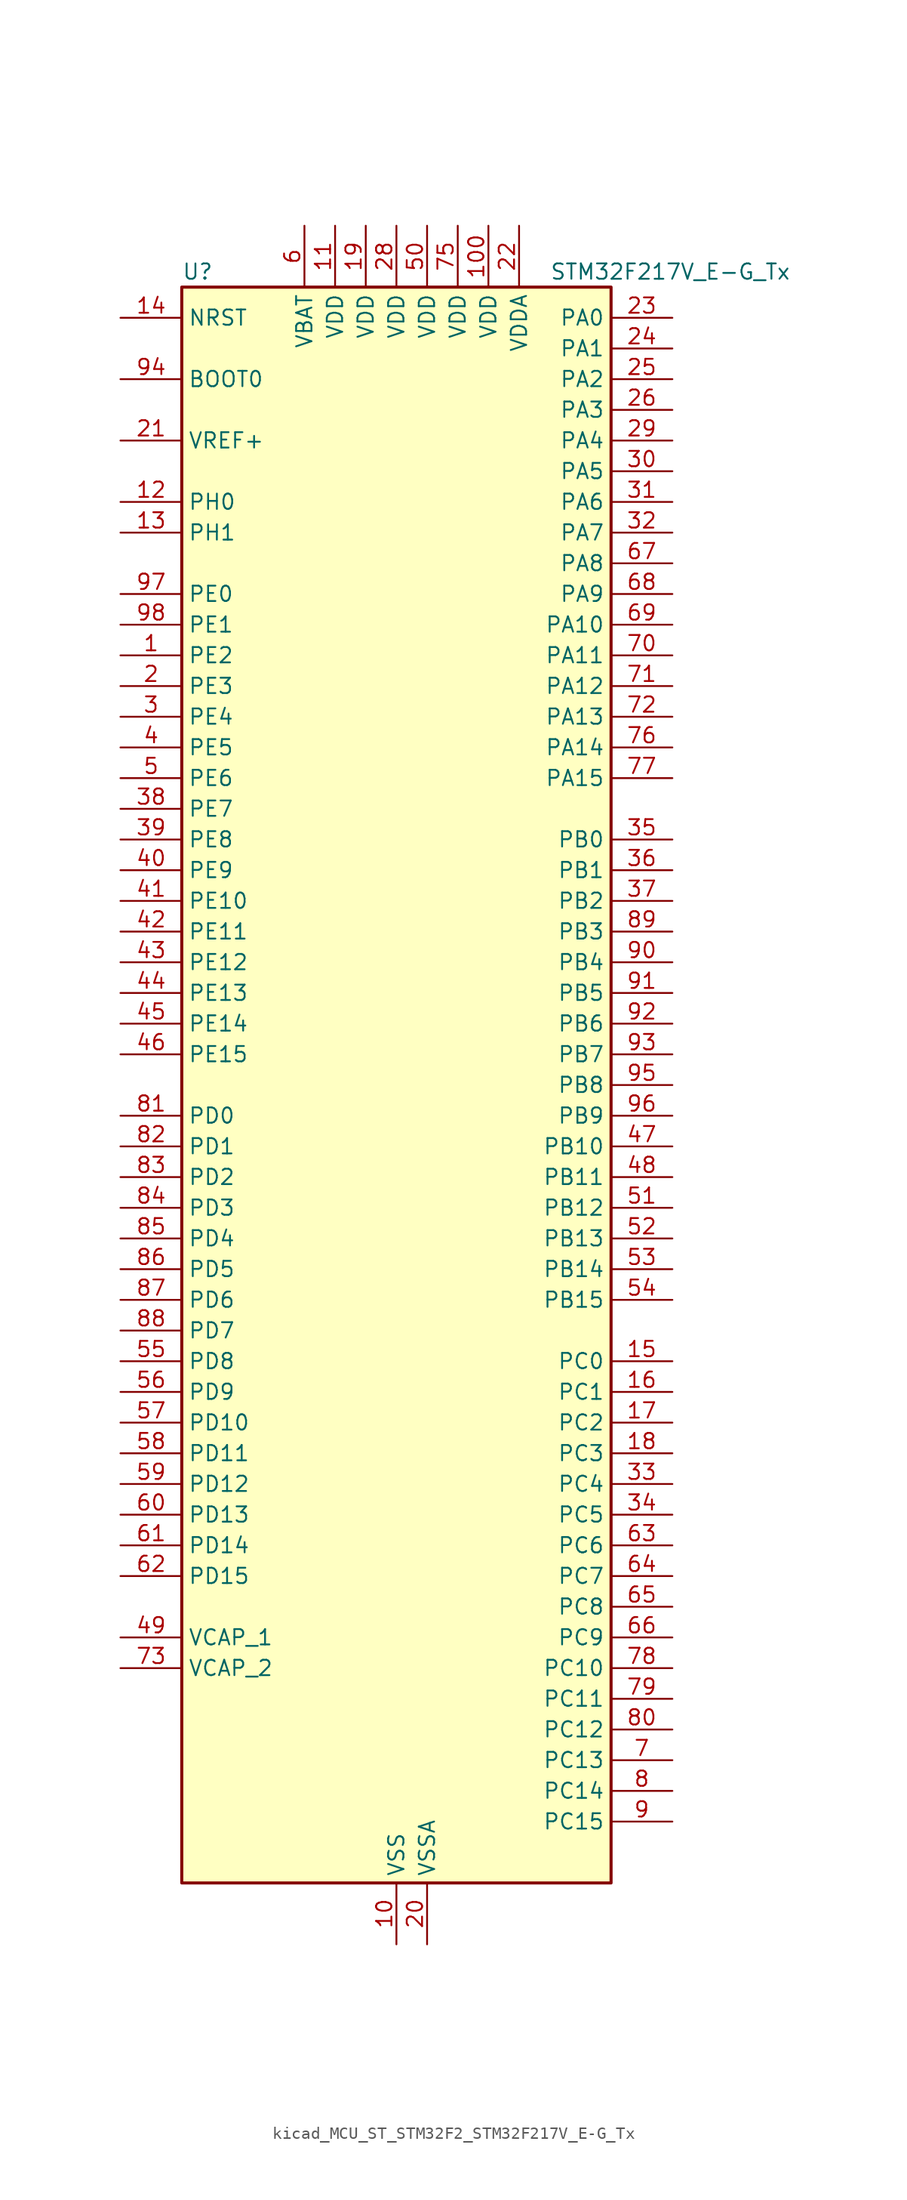
<source format=kicad_sym>
(kicad_symbol_lib
  (version 20220914)
  (generator kicad_symbol_editor)
  (symbol "kicad_MCU_ST_STM32F2_STM32F217V_E-G_Tx"
    (property "Reference" "U"
      (at -17.78 67.31 0)
      (effects (font (size 1.27 1.27)) (justify left)))
    (property "Value" "STM32F217V_E-G_Tx"
      (at 12.7 67.31 0)
      (effects (font (size 1.27 1.27)) (justify left)))
    (property "ki_locked" ""
      (at 0 0 0)
      (effects (font (size 1.27 1.27))))
    (symbol "kicad_MCU_ST_STM32F2_STM32F217V_E-G_Tx_0_1"
      (rectangle (start -17.78 -66.04) (end 17.78 66.04) (stroke (width 0.254) (type default)) (fill (type background))))
    (symbol "kicad_MCU_ST_STM32F2_STM32F217V_E-G_Tx_1_1"
      (pin bidirectional line (at -22.86 35.56 0) (length 5.08) (name "PE2" (effects (font (size 1.27 1.27)))) (number "1" (effects (font (size 1.27 1.27)))) (alternate "ETH_TXD3" bidirectional line) (alternate "FSMC_A23" bidirectional line) (alternate "SYS_TRACECLK" bidirectional line))
      (pin power_in line (at 0 -71.12 90) (length 5.08) (name "VSS" (effects (font (size 1.27 1.27)))) (number "10" (effects (font (size 1.27 1.27)))))
      (pin power_in line (at 7.62 71.12 270) (length 5.08) (name "VDD" (effects (font (size 1.27 1.27)))) (number "100" (effects (font (size 1.27 1.27)))))
      (pin power_in line (at -5.08 71.12 270) (length 5.08) (name "VDD" (effects (font (size 1.27 1.27)))) (number "11" (effects (font (size 1.27 1.27)))))
      (pin bidirectional line (at -22.86 48.26 0) (length 5.08) (name "PH0" (effects (font (size 1.27 1.27)))) (number "12" (effects (font (size 1.27 1.27)))) (alternate "RCC_OSC_IN" bidirectional line))
      (pin bidirectional line (at -22.86 45.72 0) (length 5.08) (name "PH1" (effects (font (size 1.27 1.27)))) (number "13" (effects (font (size 1.27 1.27)))) (alternate "RCC_OSC_OUT" bidirectional line))
      (pin input line (at -22.86 63.5 0) (length 5.08) (name "NRST" (effects (font (size 1.27 1.27)))) (number "14" (effects (font (size 1.27 1.27)))))
      (pin bidirectional line (at 22.86 -22.86 180) (length 5.08) (name "PC0" (effects (font (size 1.27 1.27)))) (number "15" (effects (font (size 1.27 1.27)))) (alternate "ADC1_IN10" bidirectional line) (alternate "ADC2_IN10" bidirectional line) (alternate "ADC3_IN10" bidirectional line) (alternate "USB_OTG_HS_ULPI_STP" bidirectional line))
      (pin bidirectional line (at 22.86 -25.4 180) (length 5.08) (name "PC1" (effects (font (size 1.27 1.27)))) (number "16" (effects (font (size 1.27 1.27)))) (alternate "ADC1_IN11" bidirectional line) (alternate "ADC2_IN11" bidirectional line) (alternate "ADC3_IN11" bidirectional line) (alternate "ETH_MDC" bidirectional line))
      (pin bidirectional line (at 22.86 -27.94 180) (length 5.08) (name "PC2" (effects (font (size 1.27 1.27)))) (number "17" (effects (font (size 1.27 1.27)))) (alternate "ADC1_IN12" bidirectional line) (alternate "ADC2_IN12" bidirectional line) (alternate "ADC3_IN12" bidirectional line) (alternate "ETH_TXD2" bidirectional line) (alternate "SPI2_MISO" bidirectional line) (alternate "USB_OTG_HS_ULPI_DIR" bidirectional line))
      (pin bidirectional line (at 22.86 -30.48 180) (length 5.08) (name "PC3" (effects (font (size 1.27 1.27)))) (number "18" (effects (font (size 1.27 1.27)))) (alternate "ADC1_IN13" bidirectional line) (alternate "ADC2_IN13" bidirectional line) (alternate "ADC3_IN13" bidirectional line) (alternate "ETH_TX_CLK" bidirectional line) (alternate "I2S2_SD" bidirectional line) (alternate "SPI2_MOSI" bidirectional line) (alternate "USB_OTG_HS_ULPI_NXT" bidirectional line))
      (pin power_in line (at -2.54 71.12 270) (length 5.08) (name "VDD" (effects (font (size 1.27 1.27)))) (number "19" (effects (font (size 1.27 1.27)))))
      (pin bidirectional line (at -22.86 33.02 0) (length 5.08) (name "PE3" (effects (font (size 1.27 1.27)))) (number "2" (effects (font (size 1.27 1.27)))) (alternate "FSMC_A19" bidirectional line) (alternate "SYS_TRACED0" bidirectional line))
      (pin power_in line (at 2.54 -71.12 90) (length 5.08) (name "VSSA" (effects (font (size 1.27 1.27)))) (number "20" (effects (font (size 1.27 1.27)))))
      (pin input line (at -22.86 53.34 0) (length 5.08) (name "VREF+" (effects (font (size 1.27 1.27)))) (number "21" (effects (font (size 1.27 1.27)))))
      (pin power_in line (at 10.16 71.12 270) (length 5.08) (name "VDDA" (effects (font (size 1.27 1.27)))) (number "22" (effects (font (size 1.27 1.27)))))
      (pin bidirectional line (at 22.86 63.5 180) (length 5.08) (name "PA0" (effects (font (size 1.27 1.27)))) (number "23" (effects (font (size 1.27 1.27)))) (alternate "ADC1_IN0" bidirectional line) (alternate "ADC2_IN0" bidirectional line) (alternate "ADC3_IN0" bidirectional line) (alternate "ETH_CRS" bidirectional line) (alternate "SYS_WKUP" bidirectional line) (alternate "TIM2_CH1" bidirectional line) (alternate "TIM2_ETR" bidirectional line) (alternate "TIM5_CH1" bidirectional line) (alternate "TIM8_ETR" bidirectional line) (alternate "UART4_TX" bidirectional line) (alternate "USART2_CTS" bidirectional line))
      (pin bidirectional line (at 22.86 60.96 180) (length 5.08) (name "PA1" (effects (font (size 1.27 1.27)))) (number "24" (effects (font (size 1.27 1.27)))) (alternate "ADC1_IN1" bidirectional line) (alternate "ADC2_IN1" bidirectional line) (alternate "ADC3_IN1" bidirectional line) (alternate "ETH_REF_CLK" bidirectional line) (alternate "ETH_RX_CLK" bidirectional line) (alternate "TIM2_CH2" bidirectional line) (alternate "TIM5_CH2" bidirectional line) (alternate "UART4_RX" bidirectional line) (alternate "USART2_RTS" bidirectional line))
      (pin bidirectional line (at 22.86 58.42 180) (length 5.08) (name "PA2" (effects (font (size 1.27 1.27)))) (number "25" (effects (font (size 1.27 1.27)))) (alternate "ADC1_IN2" bidirectional line) (alternate "ADC2_IN2" bidirectional line) (alternate "ADC3_IN2" bidirectional line) (alternate "ETH_MDIO" bidirectional line) (alternate "TIM2_CH3" bidirectional line) (alternate "TIM5_CH3" bidirectional line) (alternate "TIM9_CH1" bidirectional line) (alternate "USART2_TX" bidirectional line))
      (pin bidirectional line (at 22.86 55.88 180) (length 5.08) (name "PA3" (effects (font (size 1.27 1.27)))) (number "26" (effects (font (size 1.27 1.27)))) (alternate "ADC1_IN3" bidirectional line) (alternate "ADC2_IN3" bidirectional line) (alternate "ADC3_IN3" bidirectional line) (alternate "ETH_COL" bidirectional line) (alternate "TIM2_CH4" bidirectional line) (alternate "TIM5_CH4" bidirectional line) (alternate "TIM9_CH2" bidirectional line) (alternate "USART2_RX" bidirectional line) (alternate "USB_OTG_HS_ULPI_D0" bidirectional line))
      (pin passive line (at 0 -71.12 90) (length 5.08) hide (name "VSS" (effects (font (size 1.27 1.27)))) (number "27" (effects (font (size 1.27 1.27)))))
      (pin power_in line (at 0 71.12 270) (length 5.08) (name "VDD" (effects (font (size 1.27 1.27)))) (number "28" (effects (font (size 1.27 1.27)))))
      (pin bidirectional line (at 22.86 53.34 180) (length 5.08) (name "PA4" (effects (font (size 1.27 1.27)))) (number "29" (effects (font (size 1.27 1.27)))) (alternate "ADC1_IN4" bidirectional line) (alternate "ADC2_IN4" bidirectional line) (alternate "DAC_OUT1" bidirectional line) (alternate "DCMI_HSYNC" bidirectional line) (alternate "I2S3_WS" bidirectional line) (alternate "SPI1_NSS" bidirectional line) (alternate "SPI3_NSS" bidirectional line) (alternate "USART2_CK" bidirectional line) (alternate "USB_OTG_HS_SOF" bidirectional line))
      (pin bidirectional line (at -22.86 30.48 0) (length 5.08) (name "PE4" (effects (font (size 1.27 1.27)))) (number "3" (effects (font (size 1.27 1.27)))) (alternate "DCMI_D4" bidirectional line) (alternate "FSMC_A20" bidirectional line) (alternate "SYS_TRACED1" bidirectional line))
      (pin bidirectional line (at 22.86 50.8 180) (length 5.08) (name "PA5" (effects (font (size 1.27 1.27)))) (number "30" (effects (font (size 1.27 1.27)))) (alternate "ADC1_IN5" bidirectional line) (alternate "ADC2_IN5" bidirectional line) (alternate "DAC_OUT2" bidirectional line) (alternate "SPI1_SCK" bidirectional line) (alternate "TIM2_CH1" bidirectional line) (alternate "TIM2_ETR" bidirectional line) (alternate "TIM8_CH1N" bidirectional line) (alternate "USB_OTG_HS_ULPI_CK" bidirectional line))
      (pin bidirectional line (at 22.86 48.26 180) (length 5.08) (name "PA6" (effects (font (size 1.27 1.27)))) (number "31" (effects (font (size 1.27 1.27)))) (alternate "ADC1_IN6" bidirectional line) (alternate "ADC2_IN6" bidirectional line) (alternate "DCMI_PIXCLK" bidirectional line) (alternate "SPI1_MISO" bidirectional line) (alternate "TIM13_CH1" bidirectional line) (alternate "TIM1_BKIN" bidirectional line) (alternate "TIM3_CH1" bidirectional line) (alternate "TIM8_BKIN" bidirectional line))
      (pin bidirectional line (at 22.86 45.72 180) (length 5.08) (name "PA7" (effects (font (size 1.27 1.27)))) (number "32" (effects (font (size 1.27 1.27)))) (alternate "ADC1_IN7" bidirectional line) (alternate "ADC2_IN7" bidirectional line) (alternate "ETH_CRS_DV" bidirectional line) (alternate "ETH_RX_DV" bidirectional line) (alternate "SPI1_MOSI" bidirectional line) (alternate "TIM14_CH1" bidirectional line) (alternate "TIM1_CH1N" bidirectional line) (alternate "TIM3_CH2" bidirectional line) (alternate "TIM8_CH1N" bidirectional line))
      (pin bidirectional line (at 22.86 -33.02 180) (length 5.08) (name "PC4" (effects (font (size 1.27 1.27)))) (number "33" (effects (font (size 1.27 1.27)))) (alternate "ADC1_IN14" bidirectional line) (alternate "ADC2_IN14" bidirectional line) (alternate "ETH_RXD0" bidirectional line))
      (pin bidirectional line (at 22.86 -35.56 180) (length 5.08) (name "PC5" (effects (font (size 1.27 1.27)))) (number "34" (effects (font (size 1.27 1.27)))) (alternate "ADC1_IN15" bidirectional line) (alternate "ADC2_IN15" bidirectional line) (alternate "ETH_RXD1" bidirectional line))
      (pin bidirectional line (at 22.86 20.32 180) (length 5.08) (name "PB0" (effects (font (size 1.27 1.27)))) (number "35" (effects (font (size 1.27 1.27)))) (alternate "ADC1_IN8" bidirectional line) (alternate "ADC2_IN8" bidirectional line) (alternate "ETH_RXD2" bidirectional line) (alternate "TIM1_CH2N" bidirectional line) (alternate "TIM3_CH3" bidirectional line) (alternate "TIM8_CH2N" bidirectional line) (alternate "USB_OTG_HS_ULPI_D1" bidirectional line))
      (pin bidirectional line (at 22.86 17.78 180) (length 5.08) (name "PB1" (effects (font (size 1.27 1.27)))) (number "36" (effects (font (size 1.27 1.27)))) (alternate "ADC1_IN9" bidirectional line) (alternate "ADC2_IN9" bidirectional line) (alternate "ETH_RXD3" bidirectional line) (alternate "TIM1_CH3N" bidirectional line) (alternate "TIM3_CH4" bidirectional line) (alternate "TIM8_CH3N" bidirectional line) (alternate "USB_OTG_HS_ULPI_D2" bidirectional line))
      (pin bidirectional line (at 22.86 15.24 180) (length 5.08) (name "PB2" (effects (font (size 1.27 1.27)))) (number "37" (effects (font (size 1.27 1.27)))))
      (pin bidirectional line (at -22.86 22.86 0) (length 5.08) (name "PE7" (effects (font (size 1.27 1.27)))) (number "38" (effects (font (size 1.27 1.27)))) (alternate "FSMC_D4" bidirectional line) (alternate "FSMC_DA4" bidirectional line) (alternate "TIM1_ETR" bidirectional line))
      (pin bidirectional line (at -22.86 20.32 0) (length 5.08) (name "PE8" (effects (font (size 1.27 1.27)))) (number "39" (effects (font (size 1.27 1.27)))) (alternate "FSMC_D5" bidirectional line) (alternate "FSMC_DA5" bidirectional line) (alternate "TIM1_CH1N" bidirectional line))
      (pin bidirectional line (at -22.86 27.94 0) (length 5.08) (name "PE5" (effects (font (size 1.27 1.27)))) (number "4" (effects (font (size 1.27 1.27)))) (alternate "DCMI_D6" bidirectional line) (alternate "FSMC_A21" bidirectional line) (alternate "SYS_TRACED2" bidirectional line) (alternate "TIM9_CH1" bidirectional line))
      (pin bidirectional line (at -22.86 17.78 0) (length 5.08) (name "PE9" (effects (font (size 1.27 1.27)))) (number "40" (effects (font (size 1.27 1.27)))) (alternate "DAC_EXTI9" bidirectional line) (alternate "FSMC_D6" bidirectional line) (alternate "FSMC_DA6" bidirectional line) (alternate "TIM1_CH1" bidirectional line))
      (pin bidirectional line (at -22.86 15.24 0) (length 5.08) (name "PE10" (effects (font (size 1.27 1.27)))) (number "41" (effects (font (size 1.27 1.27)))) (alternate "FSMC_D7" bidirectional line) (alternate "FSMC_DA7" bidirectional line) (alternate "TIM1_CH2N" bidirectional line))
      (pin bidirectional line (at -22.86 12.7 0) (length 5.08) (name "PE11" (effects (font (size 1.27 1.27)))) (number "42" (effects (font (size 1.27 1.27)))) (alternate "ADC1_EXTI11" bidirectional line) (alternate "ADC2_EXTI11" bidirectional line) (alternate "ADC3_EXTI11" bidirectional line) (alternate "FSMC_D8" bidirectional line) (alternate "FSMC_DA8" bidirectional line) (alternate "TIM1_CH2" bidirectional line))
      (pin bidirectional line (at -22.86 10.16 0) (length 5.08) (name "PE12" (effects (font (size 1.27 1.27)))) (number "43" (effects (font (size 1.27 1.27)))) (alternate "FSMC_D9" bidirectional line) (alternate "FSMC_DA9" bidirectional line) (alternate "TIM1_CH3N" bidirectional line))
      (pin bidirectional line (at -22.86 7.62 0) (length 5.08) (name "PE13" (effects (font (size 1.27 1.27)))) (number "44" (effects (font (size 1.27 1.27)))) (alternate "FSMC_D10" bidirectional line) (alternate "FSMC_DA10" bidirectional line) (alternate "TIM1_CH3" bidirectional line))
      (pin bidirectional line (at -22.86 5.08 0) (length 5.08) (name "PE14" (effects (font (size 1.27 1.27)))) (number "45" (effects (font (size 1.27 1.27)))) (alternate "FSMC_D11" bidirectional line) (alternate "FSMC_DA11" bidirectional line) (alternate "TIM1_CH4" bidirectional line))
      (pin bidirectional line (at -22.86 2.54 0) (length 5.08) (name "PE15" (effects (font (size 1.27 1.27)))) (number "46" (effects (font (size 1.27 1.27)))) (alternate "ADC1_EXTI15" bidirectional line) (alternate "ADC2_EXTI15" bidirectional line) (alternate "ADC3_EXTI15" bidirectional line) (alternate "FSMC_D12" bidirectional line) (alternate "FSMC_DA12" bidirectional line) (alternate "TIM1_BKIN" bidirectional line))
      (pin bidirectional line (at 22.86 -5.08 180) (length 5.08) (name "PB10" (effects (font (size 1.27 1.27)))) (number "47" (effects (font (size 1.27 1.27)))) (alternate "ETH_RX_ER" bidirectional line) (alternate "I2C2_SCL" bidirectional line) (alternate "I2S2_SCK" bidirectional line) (alternate "SPI2_SCK" bidirectional line) (alternate "TIM2_CH3" bidirectional line) (alternate "USART3_TX" bidirectional line) (alternate "USB_OTG_HS_ULPI_D3" bidirectional line))
      (pin bidirectional line (at 22.86 -7.62 180) (length 5.08) (name "PB11" (effects (font (size 1.27 1.27)))) (number "48" (effects (font (size 1.27 1.27)))) (alternate "ADC1_EXTI11" bidirectional line) (alternate "ADC2_EXTI11" bidirectional line) (alternate "ADC3_EXTI11" bidirectional line) (alternate "ETH_TX_EN" bidirectional line) (alternate "I2C2_SDA" bidirectional line) (alternate "TIM2_CH4" bidirectional line) (alternate "USART3_RX" bidirectional line) (alternate "USB_OTG_HS_ULPI_D4" bidirectional line))
      (pin power_out line (at -22.86 -45.72 0) (length 5.08) (name "VCAP_1" (effects (font (size 1.27 1.27)))) (number "49" (effects (font (size 1.27 1.27)))))
      (pin bidirectional line (at -22.86 25.4 0) (length 5.08) (name "PE6" (effects (font (size 1.27 1.27)))) (number "5" (effects (font (size 1.27 1.27)))) (alternate "DCMI_D7" bidirectional line) (alternate "FSMC_A22" bidirectional line) (alternate "SYS_TRACED3" bidirectional line) (alternate "TIM9_CH2" bidirectional line))
      (pin power_in line (at 2.54 71.12 270) (length 5.08) (name "VDD" (effects (font (size 1.27 1.27)))) (number "50" (effects (font (size 1.27 1.27)))))
      (pin bidirectional line (at 22.86 -10.16 180) (length 5.08) (name "PB12" (effects (font (size 1.27 1.27)))) (number "51" (effects (font (size 1.27 1.27)))) (alternate "CAN2_RX" bidirectional line) (alternate "ETH_TXD0" bidirectional line) (alternate "I2C2_SMBA" bidirectional line) (alternate "I2S2_WS" bidirectional line) (alternate "SPI2_NSS" bidirectional line) (alternate "TIM1_BKIN" bidirectional line) (alternate "USART3_CK" bidirectional line) (alternate "USB_OTG_HS_ID" bidirectional line) (alternate "USB_OTG_HS_ULPI_D5" bidirectional line))
      (pin bidirectional line (at 22.86 -12.7 180) (length 5.08) (name "PB13" (effects (font (size 1.27 1.27)))) (number "52" (effects (font (size 1.27 1.27)))) (alternate "CAN2_TX" bidirectional line) (alternate "ETH_TXD1" bidirectional line) (alternate "I2S2_SCK" bidirectional line) (alternate "SPI2_SCK" bidirectional line) (alternate "TIM1_CH1N" bidirectional line) (alternate "USART3_CTS" bidirectional line) (alternate "USB_OTG_HS_ULPI_D6" bidirectional line) (alternate "USB_OTG_HS_VBUS" bidirectional line))
      (pin bidirectional line (at 22.86 -15.24 180) (length 5.08) (name "PB14" (effects (font (size 1.27 1.27)))) (number "53" (effects (font (size 1.27 1.27)))) (alternate "SPI2_MISO" bidirectional line) (alternate "TIM12_CH1" bidirectional line) (alternate "TIM1_CH2N" bidirectional line) (alternate "TIM8_CH2N" bidirectional line) (alternate "USART3_RTS" bidirectional line) (alternate "USB_OTG_HS_DM" bidirectional line))
      (pin bidirectional line (at 22.86 -17.78 180) (length 5.08) (name "PB15" (effects (font (size 1.27 1.27)))) (number "54" (effects (font (size 1.27 1.27)))) (alternate "ADC1_EXTI15" bidirectional line) (alternate "ADC2_EXTI15" bidirectional line) (alternate "ADC3_EXTI15" bidirectional line) (alternate "I2S2_SD" bidirectional line) (alternate "RTC_REFIN" bidirectional line) (alternate "SPI2_MOSI" bidirectional line) (alternate "TIM12_CH2" bidirectional line) (alternate "TIM1_CH3N" bidirectional line) (alternate "TIM8_CH3N" bidirectional line) (alternate "USB_OTG_HS_DP" bidirectional line))
      (pin bidirectional line (at -22.86 -22.86 0) (length 5.08) (name "PD8" (effects (font (size 1.27 1.27)))) (number "55" (effects (font (size 1.27 1.27)))) (alternate "FSMC_D13" bidirectional line) (alternate "FSMC_DA13" bidirectional line) (alternate "USART3_TX" bidirectional line))
      (pin bidirectional line (at -22.86 -25.4 0) (length 5.08) (name "PD9" (effects (font (size 1.27 1.27)))) (number "56" (effects (font (size 1.27 1.27)))) (alternate "DAC_EXTI9" bidirectional line) (alternate "FSMC_D14" bidirectional line) (alternate "FSMC_DA14" bidirectional line) (alternate "USART3_RX" bidirectional line))
      (pin bidirectional line (at -22.86 -27.94 0) (length 5.08) (name "PD10" (effects (font (size 1.27 1.27)))) (number "57" (effects (font (size 1.27 1.27)))) (alternate "FSMC_D15" bidirectional line) (alternate "FSMC_DA15" bidirectional line) (alternate "USART3_CK" bidirectional line))
      (pin bidirectional line (at -22.86 -30.48 0) (length 5.08) (name "PD11" (effects (font (size 1.27 1.27)))) (number "58" (effects (font (size 1.27 1.27)))) (alternate "ADC1_EXTI11" bidirectional line) (alternate "ADC2_EXTI11" bidirectional line) (alternate "ADC3_EXTI11" bidirectional line) (alternate "FSMC_A16" bidirectional line) (alternate "FSMC_CLE" bidirectional line) (alternate "USART3_CTS" bidirectional line))
      (pin bidirectional line (at -22.86 -33.02 0) (length 5.08) (name "PD12" (effects (font (size 1.27 1.27)))) (number "59" (effects (font (size 1.27 1.27)))) (alternate "FSMC_A17" bidirectional line) (alternate "FSMC_ALE" bidirectional line) (alternate "TIM4_CH1" bidirectional line) (alternate "USART3_RTS" bidirectional line))
      (pin power_in line (at -7.62 71.12 270) (length 5.08) (name "VBAT" (effects (font (size 1.27 1.27)))) (number "6" (effects (font (size 1.27 1.27)))))
      (pin bidirectional line (at -22.86 -35.56 0) (length 5.08) (name "PD13" (effects (font (size 1.27 1.27)))) (number "60" (effects (font (size 1.27 1.27)))) (alternate "FSMC_A18" bidirectional line) (alternate "TIM4_CH2" bidirectional line))
      (pin bidirectional line (at -22.86 -38.1 0) (length 5.08) (name "PD14" (effects (font (size 1.27 1.27)))) (number "61" (effects (font (size 1.27 1.27)))) (alternate "FSMC_D0" bidirectional line) (alternate "FSMC_DA0" bidirectional line) (alternate "TIM4_CH3" bidirectional line))
      (pin bidirectional line (at -22.86 -40.64 0) (length 5.08) (name "PD15" (effects (font (size 1.27 1.27)))) (number "62" (effects (font (size 1.27 1.27)))) (alternate "ADC1_EXTI15" bidirectional line) (alternate "ADC2_EXTI15" bidirectional line) (alternate "ADC3_EXTI15" bidirectional line) (alternate "FSMC_D1" bidirectional line) (alternate "FSMC_DA1" bidirectional line) (alternate "TIM4_CH4" bidirectional line))
      (pin bidirectional line (at 22.86 -38.1 180) (length 5.08) (name "PC6" (effects (font (size 1.27 1.27)))) (number "63" (effects (font (size 1.27 1.27)))) (alternate "DCMI_D0" bidirectional line) (alternate "I2S2_MCK" bidirectional line) (alternate "SDIO_D6" bidirectional line) (alternate "TIM3_CH1" bidirectional line) (alternate "TIM8_CH1" bidirectional line) (alternate "USART6_TX" bidirectional line))
      (pin bidirectional line (at 22.86 -40.64 180) (length 5.08) (name "PC7" (effects (font (size 1.27 1.27)))) (number "64" (effects (font (size 1.27 1.27)))) (alternate "DCMI_D1" bidirectional line) (alternate "I2S3_MCK" bidirectional line) (alternate "SDIO_D7" bidirectional line) (alternate "TIM3_CH2" bidirectional line) (alternate "TIM8_CH2" bidirectional line) (alternate "USART6_RX" bidirectional line))
      (pin bidirectional line (at 22.86 -43.18 180) (length 5.08) (name "PC8" (effects (font (size 1.27 1.27)))) (number "65" (effects (font (size 1.27 1.27)))) (alternate "DCMI_D2" bidirectional line) (alternate "SDIO_D0" bidirectional line) (alternate "TIM3_CH3" bidirectional line) (alternate "TIM8_CH3" bidirectional line) (alternate "USART6_CK" bidirectional line))
      (pin bidirectional line (at 22.86 -45.72 180) (length 5.08) (name "PC9" (effects (font (size 1.27 1.27)))) (number "66" (effects (font (size 1.27 1.27)))) (alternate "DAC_EXTI9" bidirectional line) (alternate "DCMI_D3" bidirectional line) (alternate "I2C3_SDA" bidirectional line) (alternate "I2S_CKIN" bidirectional line) (alternate "RCC_MCO_2" bidirectional line) (alternate "SDIO_D1" bidirectional line) (alternate "TIM3_CH4" bidirectional line) (alternate "TIM8_CH4" bidirectional line))
      (pin bidirectional line (at 22.86 43.18 180) (length 5.08) (name "PA8" (effects (font (size 1.27 1.27)))) (number "67" (effects (font (size 1.27 1.27)))) (alternate "I2C3_SCL" bidirectional line) (alternate "RCC_MCO_1" bidirectional line) (alternate "TIM1_CH1" bidirectional line) (alternate "USART1_CK" bidirectional line) (alternate "USB_OTG_FS_SOF" bidirectional line))
      (pin bidirectional line (at 22.86 40.64 180) (length 5.08) (name "PA9" (effects (font (size 1.27 1.27)))) (number "68" (effects (font (size 1.27 1.27)))) (alternate "DAC_EXTI9" bidirectional line) (alternate "DCMI_D0" bidirectional line) (alternate "I2C3_SMBA" bidirectional line) (alternate "TIM1_CH2" bidirectional line) (alternate "USART1_TX" bidirectional line) (alternate "USB_OTG_FS_VBUS" bidirectional line))
      (pin bidirectional line (at 22.86 38.1 180) (length 5.08) (name "PA10" (effects (font (size 1.27 1.27)))) (number "69" (effects (font (size 1.27 1.27)))) (alternate "DCMI_D1" bidirectional line) (alternate "TIM1_CH3" bidirectional line) (alternate "USART1_RX" bidirectional line) (alternate "USB_OTG_FS_ID" bidirectional line))
      (pin bidirectional line (at 22.86 -55.88 180) (length 5.08) (name "PC13" (effects (font (size 1.27 1.27)))) (number "7" (effects (font (size 1.27 1.27)))) (alternate "RTC_AF1" bidirectional line))
      (pin bidirectional line (at 22.86 35.56 180) (length 5.08) (name "PA11" (effects (font (size 1.27 1.27)))) (number "70" (effects (font (size 1.27 1.27)))) (alternate "ADC1_EXTI11" bidirectional line) (alternate "ADC2_EXTI11" bidirectional line) (alternate "ADC3_EXTI11" bidirectional line) (alternate "CAN1_RX" bidirectional line) (alternate "TIM1_CH4" bidirectional line) (alternate "USART1_CTS" bidirectional line) (alternate "USB_OTG_FS_DM" bidirectional line))
      (pin bidirectional line (at 22.86 33.02 180) (length 5.08) (name "PA12" (effects (font (size 1.27 1.27)))) (number "71" (effects (font (size 1.27 1.27)))) (alternate "CAN1_TX" bidirectional line) (alternate "TIM1_ETR" bidirectional line) (alternate "USART1_RTS" bidirectional line) (alternate "USB_OTG_FS_DP" bidirectional line))
      (pin bidirectional line (at 22.86 30.48 180) (length 5.08) (name "PA13" (effects (font (size 1.27 1.27)))) (number "72" (effects (font (size 1.27 1.27)))) (alternate "SYS_JTMS-SWDIO" bidirectional line))
      (pin power_out line (at -22.86 -48.26 0) (length 5.08) (name "VCAP_2" (effects (font (size 1.27 1.27)))) (number "73" (effects (font (size 1.27 1.27)))))
      (pin passive line (at 0 -71.12 90) (length 5.08) hide (name "VSS" (effects (font (size 1.27 1.27)))) (number "74" (effects (font (size 1.27 1.27)))))
      (pin power_in line (at 5.08 71.12 270) (length 5.08) (name "VDD" (effects (font (size 1.27 1.27)))) (number "75" (effects (font (size 1.27 1.27)))))
      (pin bidirectional line (at 22.86 27.94 180) (length 5.08) (name "PA14" (effects (font (size 1.27 1.27)))) (number "76" (effects (font (size 1.27 1.27)))) (alternate "SYS_JTCK-SWCLK" bidirectional line))
      (pin bidirectional line (at 22.86 25.4 180) (length 5.08) (name "PA15" (effects (font (size 1.27 1.27)))) (number "77" (effects (font (size 1.27 1.27)))) (alternate "ADC1_EXTI15" bidirectional line) (alternate "ADC2_EXTI15" bidirectional line) (alternate "ADC3_EXTI15" bidirectional line) (alternate "I2S3_WS" bidirectional line) (alternate "SPI1_NSS" bidirectional line) (alternate "SPI3_NSS" bidirectional line) (alternate "SYS_JTDI" bidirectional line) (alternate "TIM2_CH1" bidirectional line) (alternate "TIM2_ETR" bidirectional line))
      (pin bidirectional line (at 22.86 -48.26 180) (length 5.08) (name "PC10" (effects (font (size 1.27 1.27)))) (number "78" (effects (font (size 1.27 1.27)))) (alternate "DCMI_D8" bidirectional line) (alternate "I2S3_SCK" bidirectional line) (alternate "SDIO_D2" bidirectional line) (alternate "SPI3_SCK" bidirectional line) (alternate "UART4_TX" bidirectional line) (alternate "USART3_TX" bidirectional line))
      (pin bidirectional line (at 22.86 -50.8 180) (length 5.08) (name "PC11" (effects (font (size 1.27 1.27)))) (number "79" (effects (font (size 1.27 1.27)))) (alternate "ADC1_EXTI11" bidirectional line) (alternate "ADC2_EXTI11" bidirectional line) (alternate "ADC3_EXTI11" bidirectional line) (alternate "DCMI_D4" bidirectional line) (alternate "SDIO_D3" bidirectional line) (alternate "SPI3_MISO" bidirectional line) (alternate "UART4_RX" bidirectional line) (alternate "USART3_RX" bidirectional line))
      (pin bidirectional line (at 22.86 -58.42 180) (length 5.08) (name "PC14" (effects (font (size 1.27 1.27)))) (number "8" (effects (font (size 1.27 1.27)))) (alternate "RCC_OSC32_IN" bidirectional line))
      (pin bidirectional line (at 22.86 -53.34 180) (length 5.08) (name "PC12" (effects (font (size 1.27 1.27)))) (number "80" (effects (font (size 1.27 1.27)))) (alternate "DCMI_D9" bidirectional line) (alternate "I2S3_SD" bidirectional line) (alternate "SDIO_CK" bidirectional line) (alternate "SPI3_MOSI" bidirectional line) (alternate "UART5_TX" bidirectional line) (alternate "USART3_CK" bidirectional line))
      (pin bidirectional line (at -22.86 -2.54 0) (length 5.08) (name "PD0" (effects (font (size 1.27 1.27)))) (number "81" (effects (font (size 1.27 1.27)))) (alternate "CAN1_RX" bidirectional line) (alternate "FSMC_D2" bidirectional line) (alternate "FSMC_DA2" bidirectional line))
      (pin bidirectional line (at -22.86 -5.08 0) (length 5.08) (name "PD1" (effects (font (size 1.27 1.27)))) (number "82" (effects (font (size 1.27 1.27)))) (alternate "CAN1_TX" bidirectional line) (alternate "FSMC_D3" bidirectional line) (alternate "FSMC_DA3" bidirectional line))
      (pin bidirectional line (at -22.86 -7.62 0) (length 5.08) (name "PD2" (effects (font (size 1.27 1.27)))) (number "83" (effects (font (size 1.27 1.27)))) (alternate "DCMI_D11" bidirectional line) (alternate "SDIO_CMD" bidirectional line) (alternate "TIM3_ETR" bidirectional line) (alternate "UART5_RX" bidirectional line))
      (pin bidirectional line (at -22.86 -10.16 0) (length 5.08) (name "PD3" (effects (font (size 1.27 1.27)))) (number "84" (effects (font (size 1.27 1.27)))) (alternate "FSMC_CLK" bidirectional line) (alternate "USART2_CTS" bidirectional line))
      (pin bidirectional line (at -22.86 -12.7 0) (length 5.08) (name "PD4" (effects (font (size 1.27 1.27)))) (number "85" (effects (font (size 1.27 1.27)))) (alternate "FSMC_NOE" bidirectional line) (alternate "USART2_RTS" bidirectional line))
      (pin bidirectional line (at -22.86 -15.24 0) (length 5.08) (name "PD5" (effects (font (size 1.27 1.27)))) (number "86" (effects (font (size 1.27 1.27)))) (alternate "FSMC_NWE" bidirectional line) (alternate "USART2_TX" bidirectional line))
      (pin bidirectional line (at -22.86 -17.78 0) (length 5.08) (name "PD6" (effects (font (size 1.27 1.27)))) (number "87" (effects (font (size 1.27 1.27)))) (alternate "FSMC_NWAIT" bidirectional line) (alternate "USART2_RX" bidirectional line))
      (pin bidirectional line (at -22.86 -20.32 0) (length 5.08) (name "PD7" (effects (font (size 1.27 1.27)))) (number "88" (effects (font (size 1.27 1.27)))) (alternate "FSMC_NCE2" bidirectional line) (alternate "FSMC_NE1" bidirectional line) (alternate "USART2_CK" bidirectional line))
      (pin bidirectional line (at 22.86 12.7 180) (length 5.08) (name "PB3" (effects (font (size 1.27 1.27)))) (number "89" (effects (font (size 1.27 1.27)))) (alternate "I2S3_SCK" bidirectional line) (alternate "SPI1_SCK" bidirectional line) (alternate "SPI3_SCK" bidirectional line) (alternate "SYS_JTDO-SWO" bidirectional line) (alternate "TIM2_CH2" bidirectional line))
      (pin bidirectional line (at 22.86 -60.96 180) (length 5.08) (name "PC15" (effects (font (size 1.27 1.27)))) (number "9" (effects (font (size 1.27 1.27)))) (alternate "ADC1_EXTI15" bidirectional line) (alternate "ADC2_EXTI15" bidirectional line) (alternate "ADC3_EXTI15" bidirectional line) (alternate "RCC_OSC32_OUT" bidirectional line))
      (pin bidirectional line (at 22.86 10.16 180) (length 5.08) (name "PB4" (effects (font (size 1.27 1.27)))) (number "90" (effects (font (size 1.27 1.27)))) (alternate "SPI1_MISO" bidirectional line) (alternate "SPI3_MISO" bidirectional line) (alternate "SYS_JTRST" bidirectional line) (alternate "TIM3_CH1" bidirectional line))
      (pin bidirectional line (at 22.86 7.62 180) (length 5.08) (name "PB5" (effects (font (size 1.27 1.27)))) (number "91" (effects (font (size 1.27 1.27)))) (alternate "CAN2_RX" bidirectional line) (alternate "DCMI_D10" bidirectional line) (alternate "ETH_PPS_OUT" bidirectional line) (alternate "I2C1_SMBA" bidirectional line) (alternate "I2S3_SD" bidirectional line) (alternate "SPI1_MOSI" bidirectional line) (alternate "SPI3_MOSI" bidirectional line) (alternate "TIM3_CH2" bidirectional line) (alternate "USB_OTG_HS_ULPI_D7" bidirectional line))
      (pin bidirectional line (at 22.86 5.08 180) (length 5.08) (name "PB6" (effects (font (size 1.27 1.27)))) (number "92" (effects (font (size 1.27 1.27)))) (alternate "CAN2_TX" bidirectional line) (alternate "DCMI_D5" bidirectional line) (alternate "I2C1_SCL" bidirectional line) (alternate "TIM4_CH1" bidirectional line) (alternate "USART1_TX" bidirectional line))
      (pin bidirectional line (at 22.86 2.54 180) (length 5.08) (name "PB7" (effects (font (size 1.27 1.27)))) (number "93" (effects (font (size 1.27 1.27)))) (alternate "DCMI_VSYNC" bidirectional line) (alternate "FSMC_NL" bidirectional line) (alternate "I2C1_SDA" bidirectional line) (alternate "TIM4_CH2" bidirectional line) (alternate "USART1_RX" bidirectional line))
      (pin input line (at -22.86 58.42 0) (length 5.08) (name "BOOT0" (effects (font (size 1.27 1.27)))) (number "94" (effects (font (size 1.27 1.27)))))
      (pin bidirectional line (at 22.86 0 180) (length 5.08) (name "PB8" (effects (font (size 1.27 1.27)))) (number "95" (effects (font (size 1.27 1.27)))) (alternate "CAN1_RX" bidirectional line) (alternate "DCMI_D6" bidirectional line) (alternate "ETH_TXD3" bidirectional line) (alternate "I2C1_SCL" bidirectional line) (alternate "SDIO_D4" bidirectional line) (alternate "TIM10_CH1" bidirectional line) (alternate "TIM4_CH3" bidirectional line))
      (pin bidirectional line (at 22.86 -2.54 180) (length 5.08) (name "PB9" (effects (font (size 1.27 1.27)))) (number "96" (effects (font (size 1.27 1.27)))) (alternate "CAN1_TX" bidirectional line) (alternate "DAC_EXTI9" bidirectional line) (alternate "DCMI_D7" bidirectional line) (alternate "I2C1_SDA" bidirectional line) (alternate "I2S2_WS" bidirectional line) (alternate "SDIO_D5" bidirectional line) (alternate "SPI2_NSS" bidirectional line) (alternate "TIM11_CH1" bidirectional line) (alternate "TIM4_CH4" bidirectional line))
      (pin bidirectional line (at -22.86 40.64 0) (length 5.08) (name "PE0" (effects (font (size 1.27 1.27)))) (number "97" (effects (font (size 1.27 1.27)))) (alternate "DCMI_D2" bidirectional line) (alternate "FSMC_NBL0" bidirectional line) (alternate "TIM4_ETR" bidirectional line))
      (pin bidirectional line (at -22.86 38.1 0) (length 5.08) (name "PE1" (effects (font (size 1.27 1.27)))) (number "98" (effects (font (size 1.27 1.27)))) (alternate "DCMI_D3" bidirectional line) (alternate "FSMC_NBL1" bidirectional line))
      (pin no_connect line (at -17.78 -66.04 0) (length 5.08) hide (name "RFU" (effects (font (size 1.27 1.27)))) (number "99" (effects (font (size 1.27 1.27))))))))
</source>
